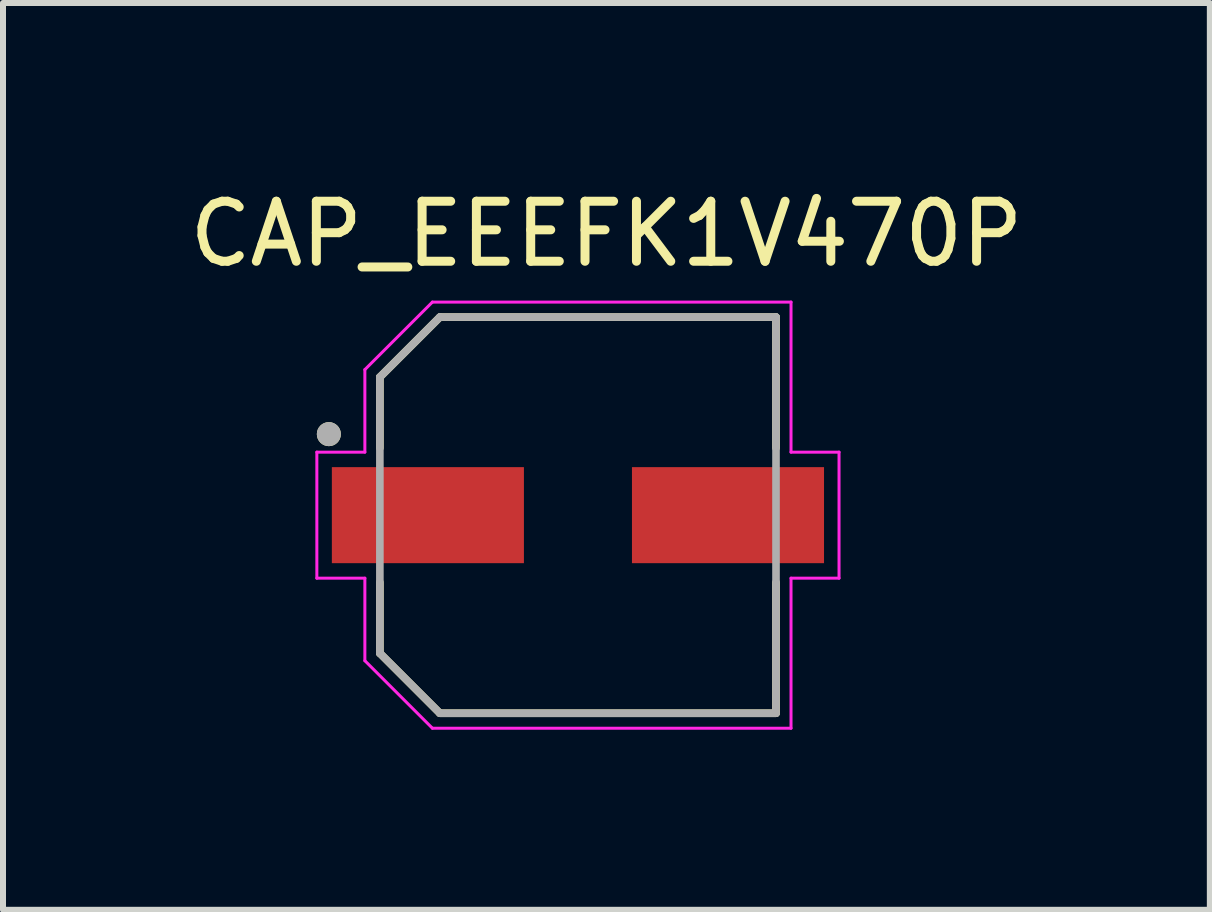
<source format=kicad_pcb>
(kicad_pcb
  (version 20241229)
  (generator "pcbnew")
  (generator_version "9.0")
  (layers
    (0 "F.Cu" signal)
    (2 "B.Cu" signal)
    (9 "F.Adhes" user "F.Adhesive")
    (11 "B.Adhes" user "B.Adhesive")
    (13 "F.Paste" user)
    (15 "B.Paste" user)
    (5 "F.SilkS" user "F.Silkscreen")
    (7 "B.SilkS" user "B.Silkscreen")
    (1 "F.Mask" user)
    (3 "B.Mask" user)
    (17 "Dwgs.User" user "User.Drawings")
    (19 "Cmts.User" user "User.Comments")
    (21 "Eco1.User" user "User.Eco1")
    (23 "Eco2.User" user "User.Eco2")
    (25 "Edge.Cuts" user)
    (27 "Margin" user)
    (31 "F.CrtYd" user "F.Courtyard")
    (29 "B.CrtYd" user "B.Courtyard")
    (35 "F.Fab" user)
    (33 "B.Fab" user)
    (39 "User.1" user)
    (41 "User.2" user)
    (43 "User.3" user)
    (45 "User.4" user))
  (footprint "CAP_EEEFK1V470P"
    (layer "F.Cu")
    (at 6.579 5.533)
    (property "Reference" "CAP_EEEFK1V470P" (at 0.475 -4.685 0) (layer "F.SilkS") (effects (font (size 1 1) (thickness 0.15))))
    (attr smd)
    (fp_line (start -3.3 -2.3) (end -3.3 -1.12) (stroke (width 0.127) (type solid)) (layer "F.SilkS"))
    (fp_line (start -3.3 1.12) (end -3.3 2.3) (stroke (width 0.127) (type solid)) (layer "F.SilkS"))
    (fp_line (start -3.3 2.3) (end -2.3 3.3) (stroke (width 0.127) (type solid)) (layer "F.SilkS"))
    (fp_line (start -2.3 -3.3) (end -3.3 -2.3) (stroke (width 0.127) (type solid)) (layer "F.SilkS"))
    (fp_line (start -2.3 3.3) (end 3.3 3.3) (stroke (width 0.127) (type solid)) (layer "F.SilkS"))
    (fp_line (start 3.3 -3.3) (end -2.3 -3.3) (stroke (width 0.127) (type solid)) (layer "F.SilkS"))
    (fp_line (start 3.3 -1.12) (end 3.3 -3.3) (stroke (width 0.127) (type solid)) (layer "F.SilkS"))
    (fp_line (start 3.3 3.3) (end 3.3 1.12) (stroke (width 0.127) (type solid)) (layer "F.SilkS"))
    (fp_circle (center -4.15 -1.35) (end -4.05 -1.35) (stroke (width 0.2) (type solid)) (fill no) (layer "F.SilkS"))
    (fp_line (start -4.35 -1.05) (end -3.55 -1.05) (stroke (width 0.05) (type solid)) (layer "F.CrtYd"))
    (fp_line (start -4.35 1.05) (end -4.35 -1.05) (stroke (width 0.05) (type solid)) (layer "F.CrtYd"))
    (fp_line (start -3.55 -2.425) (end -2.425 -3.55) (stroke (width 0.05) (type solid)) (layer "F.CrtYd"))
    (fp_line (start -3.55 -1.05) (end -3.55 -2.425) (stroke (width 0.05) (type solid)) (layer "F.CrtYd"))
    (fp_line (start -3.55 1.05) (end -4.35 1.05) (stroke (width 0.05) (type solid)) (layer "F.CrtYd"))
    (fp_line (start -3.55 2.425) (end -3.55 1.05) (stroke (width 0.05) (type solid)) (layer "F.CrtYd"))
    (fp_line (start -2.425 -3.55) (end 3.55 -3.55) (stroke (width 0.05) (type solid)) (layer "F.CrtYd"))
    (fp_line (start -2.425 3.55) (end -3.55 2.425) (stroke (width 0.05) (type solid)) (layer "F.CrtYd"))
    (fp_line (start 3.55 -3.55) (end 3.55 -1.05) (stroke (width 0.05) (type solid)) (layer "F.CrtYd"))
    (fp_line (start 3.55 -1.05) (end 4.35 -1.05) (stroke (width 0.05) (type solid)) (layer "F.CrtYd"))
    (fp_line (start 3.55 1.05) (end 3.55 3.55) (stroke (width 0.05) (type solid)) (layer "F.CrtYd"))
    (fp_line (start 3.55 3.55) (end -2.425 3.55) (stroke (width 0.05) (type solid)) (layer "F.CrtYd"))
    (fp_line (start 4.35 -1.05) (end 4.35 1.05) (stroke (width 0.05) (type solid)) (layer "F.CrtYd"))
    (fp_line (start 4.35 1.05) (end 3.55 1.05) (stroke (width 0.05) (type solid)) (layer "F.CrtYd"))
    (fp_line (start -3.3 -2.3) (end -3.3 2.3) (stroke (width 0.127) (type solid)) (layer "F.Fab"))
    (fp_line (start -3.3 2.3) (end -2.3 3.3) (stroke (width 0.127) (type solid)) (layer "F.Fab"))
    (fp_line (start -2.3 -3.3) (end -3.3 -2.3) (stroke (width 0.127) (type solid)) (layer "F.Fab"))
    (fp_line (start -2.3 3.3) (end 3.3 3.3) (stroke (width 0.127) (type solid)) (layer "F.Fab"))
    (fp_line (start 3.3 -3.3) (end -2.3 -3.3) (stroke (width 0.127) (type solid)) (layer "F.Fab"))
    (fp_line (start 3.3 3.3) (end 3.3 -3.3) (stroke (width 0.127) (type solid)) (layer "F.Fab"))
    (fp_circle (center -4.15 -1.35) (end -4.05 -1.35) (stroke (width 0.2) (type solid)) (fill no) (layer "F.Fab"))
    (pad "1" smd rect (at -2.5 0) (size 3.2 1.6) (layers "F.Cu" "F.Mask" "F.Paste"))
    (pad "2" smd rect (at 2.5 0) (size 3.2 1.6) (layers "F.Cu" "F.Mask" "F.Paste")))
  (gr_rect
    (start -3 -3)
    (end 17.107 12.108)
    (stroke (width 0.1) (type default))
    (fill no)
    (layer "Edge.Cuts")))
</source>
